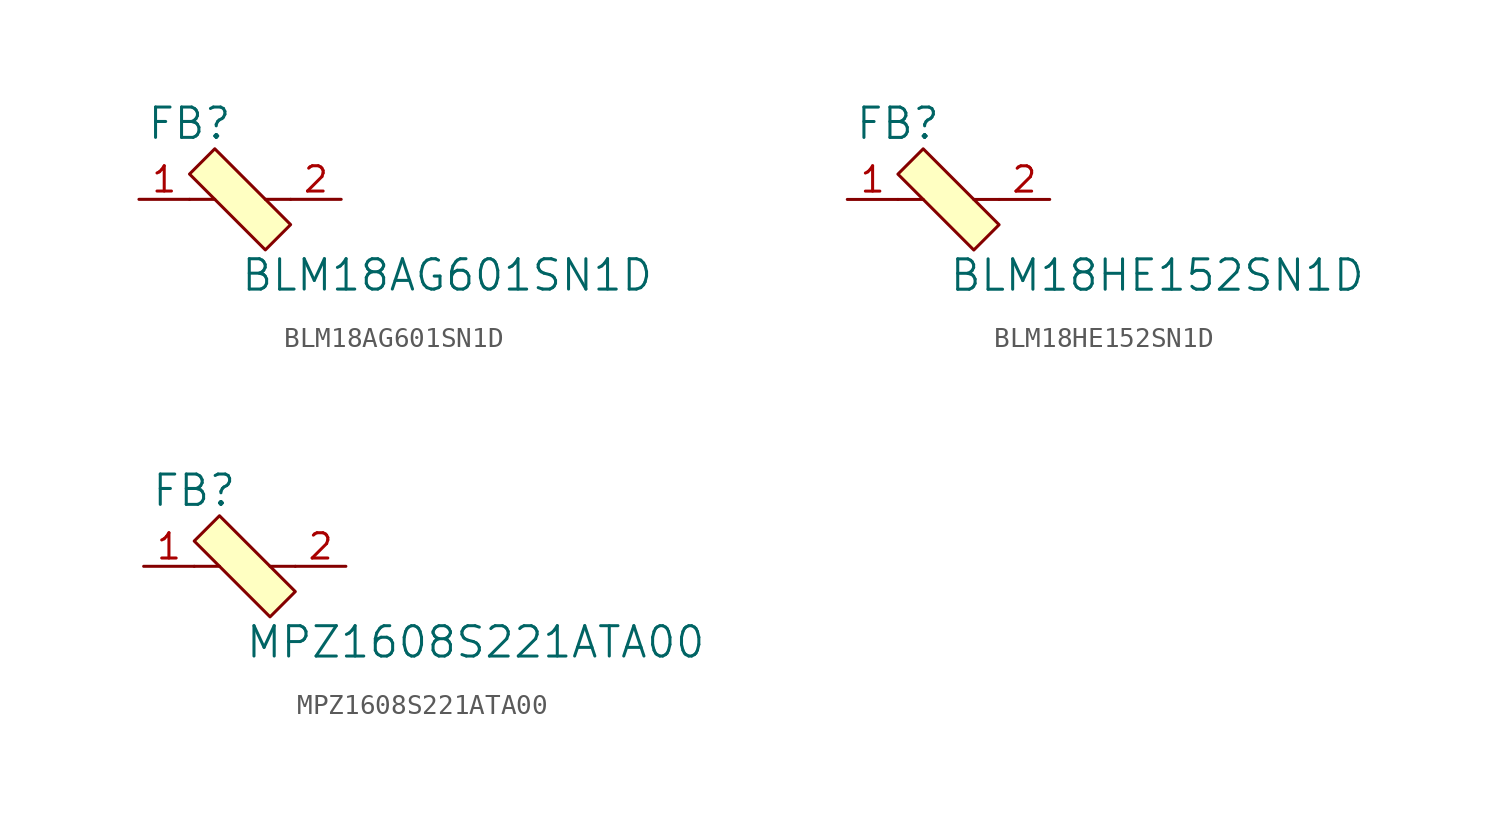
<source format=kicad_sym>
(kicad_symbol_lib
  (version 20231120)
  (generator "kicad_symbol_editor")
  (generator_version "8.0")
  (symbol "BLM18AG601SN1D"
    (pin_names
      (offset 1.016))
    (property "Reference" "FB"
      (at -2.54 3.81 0)
      (effects (font (size 1.524 1.524))))
    (property "Value" "BLM18AG601SN1D"
      (at 0 -3.81 0)
      (effects (font (size 1.524 1.524)) (justify left)))
    (symbol "BLM18AG601SN1D_0_1"
      (polyline (pts (xy -1.27 0) (xy -2.54 0)) (stroke (width 0) (type solid)) (fill (type none)))
      (polyline (pts (xy 1.27 0) (xy 2.54 0)) (stroke (width 0) (type solid)) (fill (type none)))
      (polyline (pts (xy -1.27 2.54) (xy -2.54 1.27) (xy 1.27 -2.54) (xy 2.54 -1.27) (xy -1.27 2.54)) (stroke (width 0) (type solid)) (fill (type background))))
    (symbol "BLM18AG601SN1D_1_1"
      (pin passive line (at -5.08 0 0) (length 2.54) (name "~" (effects (font (size 1.27 1.27)))) (number "1" (effects (font (size 1.27 1.27)))))
      (pin passive line (at 5.08 0 180) (length 2.54) (name "~" (effects (font (size 1.27 1.27)))) (number "2" (effects (font (size 1.27 1.27)))))))
  (symbol "BLM18HE152SN1D"
    (pin_names
      (offset 1.016))
    (property "Reference" "FB"
      (at -2.54 3.81 0)
      (effects (font (size 1.524 1.524))))
    (property "Value" "BLM18HE152SN1D"
      (at 0 -3.81 0)
      (effects (font (size 1.524 1.524)) (justify left)))
    (symbol "BLM18HE152SN1D_0_1"
      (polyline (pts (xy -1.27 0) (xy -2.54 0)) (stroke (width 0) (type solid)) (fill (type none)))
      (polyline (pts (xy 1.27 0) (xy 2.54 0)) (stroke (width 0) (type solid)) (fill (type none)))
      (polyline (pts (xy -1.27 2.54) (xy -2.54 1.27) (xy 1.27 -2.54) (xy 2.54 -1.27) (xy -1.27 2.54)) (stroke (width 0) (type solid)) (fill (type background))))
    (symbol "BLM18HE152SN1D_1_1"
      (pin passive line (at -5.08 0 0) (length 2.54) (name "~" (effects (font (size 1.27 1.27)))) (number "1" (effects (font (size 1.27 1.27)))))
      (pin passive line (at 5.08 0 180) (length 2.54) (name "~" (effects (font (size 1.27 1.27)))) (number "2" (effects (font (size 1.27 1.27)))))))
  (symbol "MPZ1608S221ATA00"
    (pin_names
      (offset 1.016))
    (property "Reference" "FB"
      (at -2.54 3.81 0)
      (effects (font (size 1.524 1.524))))
    (property "Value" "MPZ1608S221ATA00"
      (at 0 -3.81 0)
      (effects (font (size 1.524 1.524)) (justify left)))
    (symbol "MPZ1608S221ATA00_0_1"
      (polyline (pts (xy -1.27 0) (xy -2.54 0)) (stroke (width 0) (type solid)) (fill (type none)))
      (polyline (pts (xy 1.27 0) (xy 2.54 0)) (stroke (width 0) (type solid)) (fill (type none)))
      (polyline (pts (xy -1.27 2.54) (xy -2.54 1.27) (xy 1.27 -2.54) (xy 2.54 -1.27) (xy -1.27 2.54)) (stroke (width 0) (type solid)) (fill (type background))))
    (symbol "MPZ1608S221ATA00_1_1"
      (pin passive line (at -5.08 0 0) (length 2.54) (name "~" (effects (font (size 1.27 1.27)))) (number "1" (effects (font (size 1.27 1.27)))))
      (pin passive line (at 5.08 0 180) (length 2.54) (name "~" (effects (font (size 1.27 1.27)))) (number "2" (effects (font (size 1.27 1.27))))))))
</source>
